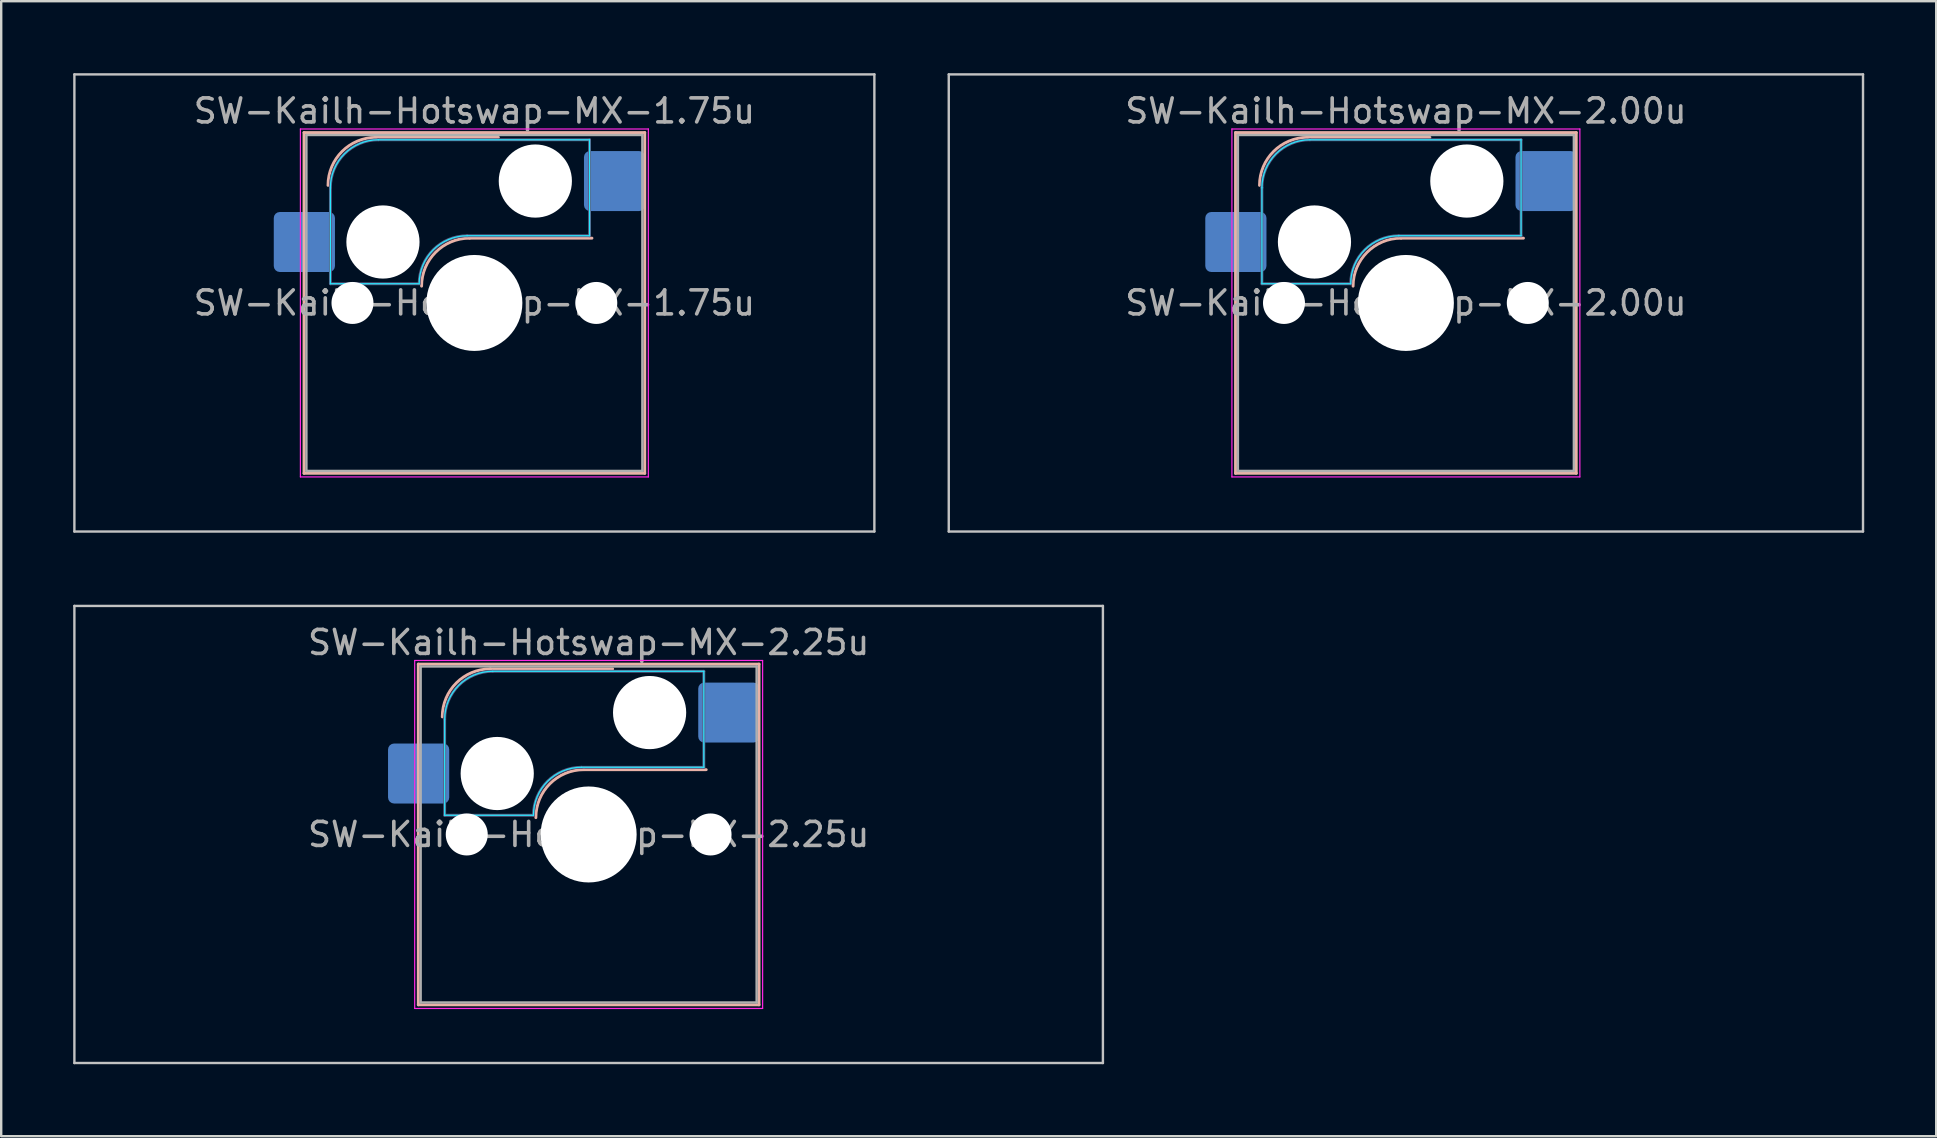
<source format=kicad_pcb>
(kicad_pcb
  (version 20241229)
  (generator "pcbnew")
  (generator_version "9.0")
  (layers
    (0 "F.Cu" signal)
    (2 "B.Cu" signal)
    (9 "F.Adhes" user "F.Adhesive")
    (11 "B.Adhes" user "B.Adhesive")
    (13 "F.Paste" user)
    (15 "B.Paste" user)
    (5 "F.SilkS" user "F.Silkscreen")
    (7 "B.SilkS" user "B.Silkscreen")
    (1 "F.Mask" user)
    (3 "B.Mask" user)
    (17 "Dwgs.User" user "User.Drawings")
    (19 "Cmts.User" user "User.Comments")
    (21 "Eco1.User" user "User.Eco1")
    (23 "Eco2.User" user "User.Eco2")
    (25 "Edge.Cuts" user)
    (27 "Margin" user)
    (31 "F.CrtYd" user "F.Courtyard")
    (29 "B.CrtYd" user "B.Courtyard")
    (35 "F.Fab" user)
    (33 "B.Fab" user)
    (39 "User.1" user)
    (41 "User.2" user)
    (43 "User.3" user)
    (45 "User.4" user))
  (footprint "SW-Kailh-Hotswap-MX-1.75u"
    (layer "F.Cu")
    (at 16.719 9.575)
    (property "Reference" "SW-Kailh-Hotswap-MX-1.75u" (at 0 -8 0) (layer "F.Fab") (effects (font (size 1 1) (thickness 0.15))))
    (attr smd)
    (fp_line (start -7.1 -7.1) (end -7.1 7.1) (stroke (width 0.12) (type solid)) (layer "B.SilkS"))
    (fp_line (start -7.1 7.1) (end 7.1 7.1) (stroke (width 0.12) (type solid)) (layer "B.SilkS"))
    (fp_line (start -4.1 -6.9) (end 1 -6.9) (stroke (width 0.12) (type solid)) (layer "B.SilkS"))
    (fp_line (start -0.2 -2.7) (end 4.9 -2.7) (stroke (width 0.12) (type solid)) (layer "B.SilkS"))
    (fp_line (start 7.1 -7.1) (end -7.1 -7.1) (stroke (width 0.12) (type solid)) (layer "B.SilkS"))
    (fp_line (start 7.1 7.1) (end 7.1 -7.1) (stroke (width 0.12) (type solid)) (layer "B.SilkS"))
    (fp_arc (start -6.1 -4.9) (mid -5.514214 -6.314214) (end -4.1 -6.9) (stroke (width 0.12) (type solid)) (layer "B.SilkS"))
    (fp_arc (start -2.2 -0.7) (mid -1.614214 -2.114214) (end -0.2 -2.7) (stroke (width 0.12) (type solid)) (layer "B.SilkS"))
    (fp_line (start -16.669 -9.525) (end -16.669 9.525) (stroke (width 0.1) (type solid)) (layer "Dwgs.User"))
    (fp_line (start -16.669 9.525) (end 16.669 9.525) (stroke (width 0.1) (type solid)) (layer "Dwgs.User"))
    (fp_line (start 16.669 -9.525) (end -16.669 -9.525) (stroke (width 0.1) (type solid)) (layer "Dwgs.User"))
    (fp_line (start 16.669 9.525) (end 16.669 -9.525) (stroke (width 0.1) (type solid)) (layer "Dwgs.User"))
    (fp_line (start -7.8 -6) (end -7 -6) (stroke (width 0.1) (type solid)) (layer "Eco1.User"))
    (fp_line (start -7.8 -2.9) (end -7.8 -6) (stroke (width 0.1) (type solid)) (layer "Eco1.User"))
    (fp_line (start -7.8 2.9) (end -7 2.9) (stroke (width 0.1) (type solid)) (layer "Eco1.User"))
    (fp_line (start -7.8 6) (end -7.8 2.9) (stroke (width 0.1) (type solid)) (layer "Eco1.User"))
    (fp_line (start -7 -7) (end 7 -7) (stroke (width 0.1) (type solid)) (layer "Eco1.User"))
    (fp_line (start -7 -6) (end -7 -7) (stroke (width 0.1) (type solid)) (layer "Eco1.User"))
    (fp_line (start -7 -2.9) (end -7.8 -2.9) (stroke (width 0.1) (type solid)) (layer "Eco1.User"))
    (fp_line (start -7 2.9) (end -7 -2.9) (stroke (width 0.1) (type solid)) (layer "Eco1.User"))
    (fp_line (start -7 6) (end -7.8 6) (stroke (width 0.1) (type solid)) (layer "Eco1.User"))
    (fp_line (start -7 7) (end -7 6) (stroke (width 0.1) (type solid)) (layer "Eco1.User"))
    (fp_line (start 7 -7) (end 7 -6) (stroke (width 0.1) (type solid)) (layer "Eco1.User"))
    (fp_line (start 7 -6) (end 7.8 -6) (stroke (width 0.1) (type solid)) (layer "Eco1.User"))
    (fp_line (start 7 -2.9) (end 7 2.9) (stroke (width 0.1) (type solid)) (layer "Eco1.User"))
    (fp_line (start 7 2.9) (end 7.8 2.9) (stroke (width 0.1) (type solid)) (layer "Eco1.User"))
    (fp_line (start 7 6) (end 7 7) (stroke (width 0.1) (type solid)) (layer "Eco1.User"))
    (fp_line (start 7 7) (end -7 7) (stroke (width 0.1) (type solid)) (layer "Eco1.User"))
    (fp_line (start 7.8 -6) (end 7.8 -2.9) (stroke (width 0.1) (type solid)) (layer "Eco1.User"))
    (fp_line (start 7.8 -2.9) (end 7 -2.9) (stroke (width 0.1) (type solid)) (layer "Eco1.User"))
    (fp_line (start 7.8 2.9) (end 7.8 6) (stroke (width 0.1) (type solid)) (layer "Eco1.User"))
    (fp_line (start 7.8 6) (end 7 6) (stroke (width 0.1) (type solid)) (layer "Eco1.User"))
    (fp_line (start -6 -0.8) (end -6 -4.8) (stroke (width 0.05) (type solid)) (layer "B.CrtYd"))
    (fp_line (start -6 -0.8) (end -2.3 -0.8) (stroke (width 0.05) (type solid)) (layer "B.CrtYd"))
    (fp_line (start -4 -6.8) (end 4.8 -6.8) (stroke (width 0.05) (type solid)) (layer "B.CrtYd"))
    (fp_line (start -0.3 -2.8) (end 4.8 -2.8) (stroke (width 0.05) (type solid)) (layer "B.CrtYd"))
    (fp_line (start 4.8 -6.8) (end 4.8 -2.8) (stroke (width 0.05) (type solid)) (layer "B.CrtYd"))
    (fp_arc (start -6 -4.8) (mid -5.414214 -6.214214) (end -4 -6.8) (stroke (width 0.05) (type solid)) (layer "B.CrtYd"))
    (fp_arc (start -2.3 -0.8) (mid -1.714214 -2.214214) (end -0.3 -2.8) (stroke (width 0.05) (type solid)) (layer "B.CrtYd"))
    (fp_line (start -7.25 -7.25) (end -7.25 7.25) (stroke (width 0.05) (type solid)) (layer "F.CrtYd"))
    (fp_line (start -7.25 7.25) (end 7.25 7.25) (stroke (width 0.05) (type solid)) (layer "F.CrtYd"))
    (fp_line (start 7.25 -7.25) (end -7.25 -7.25) (stroke (width 0.05) (type solid)) (layer "F.CrtYd"))
    (fp_line (start 7.25 7.25) (end 7.25 -7.25) (stroke (width 0.05) (type solid)) (layer "F.CrtYd"))
    (fp_line (start -6 -0.8) (end -6 -4.8) (stroke (width 0.12) (type solid)) (layer "B.Fab"))
    (fp_line (start -6 -0.8) (end -2.3 -0.8) (stroke (width 0.12) (type solid)) (layer "B.Fab"))
    (fp_line (start -4 -6.8) (end 4.8 -6.8) (stroke (width 0.12) (type solid)) (layer "B.Fab"))
    (fp_line (start -0.3 -2.8) (end 4.8 -2.8) (stroke (width 0.12) (type solid)) (layer "B.Fab"))
    (fp_line (start 4.8 -6.8) (end 4.8 -2.8) (stroke (width 0.12) (type solid)) (layer "B.Fab"))
    (fp_arc (start -6 -4.8) (mid -5.414214 -6.214214) (end -4 -6.8) (stroke (width 0.12) (type solid)) (layer "B.Fab"))
    (fp_arc (start -2.3 -0.8) (mid -1.714214 -2.214214) (end -0.3 -2.8) (stroke (width 0.12) (type solid)) (layer "B.Fab"))
    (fp_line (start -7 -7) (end -7 7) (stroke (width 0.1) (type solid)) (layer "F.Fab"))
    (fp_line (start -7 7) (end 7 7) (stroke (width 0.1) (type solid)) (layer "F.Fab"))
    (fp_line (start 7 -7) (end -7 -7) (stroke (width 0.1) (type solid)) (layer "F.Fab"))
    (fp_line (start 7 7) (end 7 -7) (stroke (width 0.1) (type solid)) (layer "F.Fab"))
    (fp_text user "${REFERENCE}" (at 0 0 0) (layer "F.Fab") (effects (font (size 1 1) (thickness 0.15))))
    (pad "" np_thru_hole circle (at -5.08 0) (size 1.75 1.75) (drill 1.75) (layers "*.Cu" "*.Mask"))
    (pad "" np_thru_hole circle (at -3.81 -2.54) (size 3.05 3.05) (drill 3.05) (layers "*.Cu" "*.Mask"))
    (pad "" np_thru_hole circle (at 0 0) (size 4 4) (drill 4) (layers "*.Cu" "*.Mask"))
    (pad "" np_thru_hole circle (at 2.54 -5.08) (size 3.05 3.05) (drill 3.05) (layers "*.Cu" "*.Mask"))
    (pad "" np_thru_hole circle (at 5.08 0) (size 1.75 1.75) (drill 1.75) (layers "*.Cu" "*.Mask"))
    (pad "1" smd roundrect (at -7.085 -2.54) (size 2.55 2.5) (layers "B.Cu" "B.Mask" "B.Paste") (roundrect_rratio 0.1))
    (pad "2" smd roundrect (at 5.842 -5.08) (size 2.55 2.5) (layers "B.Cu" "B.Mask" "B.Paste") (roundrect_rratio 0.1)))
  (footprint "SW-Kailh-Hotswap-MX-2.00u"
    (layer "F.Cu")
    (at 55.538 9.575)
    (property "Reference" "SW-Kailh-Hotswap-MX-2.00u" (at 0 -8 0) (layer "F.Fab") (effects (font (size 1 1) (thickness 0.15))))
    (attr smd)
    (fp_line (start -7.1 -7.1) (end -7.1 7.1) (stroke (width 0.12) (type solid)) (layer "B.SilkS"))
    (fp_line (start -7.1 7.1) (end 7.1 7.1) (stroke (width 0.12) (type solid)) (layer "B.SilkS"))
    (fp_line (start -4.1 -6.9) (end 1 -6.9) (stroke (width 0.12) (type solid)) (layer "B.SilkS"))
    (fp_line (start -0.2 -2.7) (end 4.9 -2.7) (stroke (width 0.12) (type solid)) (layer "B.SilkS"))
    (fp_line (start 7.1 -7.1) (end -7.1 -7.1) (stroke (width 0.12) (type solid)) (layer "B.SilkS"))
    (fp_line (start 7.1 7.1) (end 7.1 -7.1) (stroke (width 0.12) (type solid)) (layer "B.SilkS"))
    (fp_arc (start -6.1 -4.9) (mid -5.514214 -6.314214) (end -4.1 -6.9) (stroke (width 0.12) (type solid)) (layer "B.SilkS"))
    (fp_arc (start -2.2 -0.7) (mid -1.614214 -2.114214) (end -0.2 -2.7) (stroke (width 0.12) (type solid)) (layer "B.SilkS"))
    (fp_line (start -19.05 -9.525) (end -19.05 9.525) (stroke (width 0.1) (type solid)) (layer "Dwgs.User"))
    (fp_line (start -19.05 9.525) (end 19.05 9.525) (stroke (width 0.1) (type solid)) (layer "Dwgs.User"))
    (fp_line (start 19.05 -9.525) (end -19.05 -9.525) (stroke (width 0.1) (type solid)) (layer "Dwgs.User"))
    (fp_line (start 19.05 9.525) (end 19.05 -9.525) (stroke (width 0.1) (type solid)) (layer "Dwgs.User"))
    (fp_line (start -7.8 -6) (end -7 -6) (stroke (width 0.1) (type solid)) (layer "Eco1.User"))
    (fp_line (start -7.8 -2.9) (end -7.8 -6) (stroke (width 0.1) (type solid)) (layer "Eco1.User"))
    (fp_line (start -7.8 2.9) (end -7 2.9) (stroke (width 0.1) (type solid)) (layer "Eco1.User"))
    (fp_line (start -7.8 6) (end -7.8 2.9) (stroke (width 0.1) (type solid)) (layer "Eco1.User"))
    (fp_line (start -7 -7) (end 7 -7) (stroke (width 0.1) (type solid)) (layer "Eco1.User"))
    (fp_line (start -7 -6) (end -7 -7) (stroke (width 0.1) (type solid)) (layer "Eco1.User"))
    (fp_line (start -7 -2.9) (end -7.8 -2.9) (stroke (width 0.1) (type solid)) (layer "Eco1.User"))
    (fp_line (start -7 2.9) (end -7 -2.9) (stroke (width 0.1) (type solid)) (layer "Eco1.User"))
    (fp_line (start -7 6) (end -7.8 6) (stroke (width 0.1) (type solid)) (layer "Eco1.User"))
    (fp_line (start -7 7) (end -7 6) (stroke (width 0.1) (type solid)) (layer "Eco1.User"))
    (fp_line (start 7 -7) (end 7 -6) (stroke (width 0.1) (type solid)) (layer "Eco1.User"))
    (fp_line (start 7 -6) (end 7.8 -6) (stroke (width 0.1) (type solid)) (layer "Eco1.User"))
    (fp_line (start 7 -2.9) (end 7 2.9) (stroke (width 0.1) (type solid)) (layer "Eco1.User"))
    (fp_line (start 7 2.9) (end 7.8 2.9) (stroke (width 0.1) (type solid)) (layer "Eco1.User"))
    (fp_line (start 7 6) (end 7 7) (stroke (width 0.1) (type solid)) (layer "Eco1.User"))
    (fp_line (start 7 7) (end -7 7) (stroke (width 0.1) (type solid)) (layer "Eco1.User"))
    (fp_line (start 7.8 -6) (end 7.8 -2.9) (stroke (width 0.1) (type solid)) (layer "Eco1.User"))
    (fp_line (start 7.8 -2.9) (end 7 -2.9) (stroke (width 0.1) (type solid)) (layer "Eco1.User"))
    (fp_line (start 7.8 2.9) (end 7.8 6) (stroke (width 0.1) (type solid)) (layer "Eco1.User"))
    (fp_line (start 7.8 6) (end 7 6) (stroke (width 0.1) (type solid)) (layer "Eco1.User"))
    (fp_line (start -6 -0.8) (end -6 -4.8) (stroke (width 0.05) (type solid)) (layer "B.CrtYd"))
    (fp_line (start -6 -0.8) (end -2.3 -0.8) (stroke (width 0.05) (type solid)) (layer "B.CrtYd"))
    (fp_line (start -4 -6.8) (end 4.8 -6.8) (stroke (width 0.05) (type solid)) (layer "B.CrtYd"))
    (fp_line (start -0.3 -2.8) (end 4.8 -2.8) (stroke (width 0.05) (type solid)) (layer "B.CrtYd"))
    (fp_line (start 4.8 -6.8) (end 4.8 -2.8) (stroke (width 0.05) (type solid)) (layer "B.CrtYd"))
    (fp_arc (start -6 -4.8) (mid -5.414214 -6.214214) (end -4 -6.8) (stroke (width 0.05) (type solid)) (layer "B.CrtYd"))
    (fp_arc (start -2.3 -0.8) (mid -1.714214 -2.214214) (end -0.3 -2.8) (stroke (width 0.05) (type solid)) (layer "B.CrtYd"))
    (fp_line (start -7.25 -7.25) (end -7.25 7.25) (stroke (width 0.05) (type solid)) (layer "F.CrtYd"))
    (fp_line (start -7.25 7.25) (end 7.25 7.25) (stroke (width 0.05) (type solid)) (layer "F.CrtYd"))
    (fp_line (start 7.25 -7.25) (end -7.25 -7.25) (stroke (width 0.05) (type solid)) (layer "F.CrtYd"))
    (fp_line (start 7.25 7.25) (end 7.25 -7.25) (stroke (width 0.05) (type solid)) (layer "F.CrtYd"))
    (fp_line (start -6 -0.8) (end -6 -4.8) (stroke (width 0.12) (type solid)) (layer "B.Fab"))
    (fp_line (start -6 -0.8) (end -2.3 -0.8) (stroke (width 0.12) (type solid)) (layer "B.Fab"))
    (fp_line (start -4 -6.8) (end 4.8 -6.8) (stroke (width 0.12) (type solid)) (layer "B.Fab"))
    (fp_line (start -0.3 -2.8) (end 4.8 -2.8) (stroke (width 0.12) (type solid)) (layer "B.Fab"))
    (fp_line (start 4.8 -6.8) (end 4.8 -2.8) (stroke (width 0.12) (type solid)) (layer "B.Fab"))
    (fp_arc (start -6 -4.8) (mid -5.414214 -6.214214) (end -4 -6.8) (stroke (width 0.12) (type solid)) (layer "B.Fab"))
    (fp_arc (start -2.3 -0.8) (mid -1.714214 -2.214214) (end -0.3 -2.8) (stroke (width 0.12) (type solid)) (layer "B.Fab"))
    (fp_line (start -7 -7) (end -7 7) (stroke (width 0.1) (type solid)) (layer "F.Fab"))
    (fp_line (start -7 7) (end 7 7) (stroke (width 0.1) (type solid)) (layer "F.Fab"))
    (fp_line (start 7 -7) (end -7 -7) (stroke (width 0.1) (type solid)) (layer "F.Fab"))
    (fp_line (start 7 7) (end 7 -7) (stroke (width 0.1) (type solid)) (layer "F.Fab"))
    (fp_text user "${REFERENCE}" (at 0 0 0) (layer "F.Fab") (effects (font (size 1 1) (thickness 0.15))))
    (pad "" np_thru_hole circle (at -5.08 0) (size 1.75 1.75) (drill 1.75) (layers "*.Cu" "*.Mask"))
    (pad "" np_thru_hole circle (at -3.81 -2.54) (size 3.05 3.05) (drill 3.05) (layers "*.Cu" "*.Mask"))
    (pad "" np_thru_hole circle (at 0 0) (size 4 4) (drill 4) (layers "*.Cu" "*.Mask"))
    (pad "" np_thru_hole circle (at 2.54 -5.08) (size 3.05 3.05) (drill 3.05) (layers "*.Cu" "*.Mask"))
    (pad "" np_thru_hole circle (at 5.08 0) (size 1.75 1.75) (drill 1.75) (layers "*.Cu" "*.Mask"))
    (pad "1" smd roundrect (at -7.085 -2.54) (size 2.55 2.5) (layers "B.Cu" "B.Mask" "B.Paste") (roundrect_rratio 0.1))
    (pad "2" smd roundrect (at 5.842 -5.08) (size 2.55 2.5) (layers "B.Cu" "B.Mask" "B.Paste") (roundrect_rratio 0.1)))
  (footprint "SW-Kailh-Hotswap-MX-2.25u"
    (layer "F.Cu")
    (at 21.481 31.725)
    (property "Reference" "SW-Kailh-Hotswap-MX-2.25u" (at 0 -8 0) (layer "F.Fab") (effects (font (size 1 1) (thickness 0.15))))
    (attr smd)
    (fp_line (start -7.1 -7.1) (end -7.1 7.1) (stroke (width 0.12) (type solid)) (layer "B.SilkS"))
    (fp_line (start -7.1 7.1) (end 7.1 7.1) (stroke (width 0.12) (type solid)) (layer "B.SilkS"))
    (fp_line (start -4.1 -6.9) (end 1 -6.9) (stroke (width 0.12) (type solid)) (layer "B.SilkS"))
    (fp_line (start -0.2 -2.7) (end 4.9 -2.7) (stroke (width 0.12) (type solid)) (layer "B.SilkS"))
    (fp_line (start 7.1 -7.1) (end -7.1 -7.1) (stroke (width 0.12) (type solid)) (layer "B.SilkS"))
    (fp_line (start 7.1 7.1) (end 7.1 -7.1) (stroke (width 0.12) (type solid)) (layer "B.SilkS"))
    (fp_arc (start -6.1 -4.9) (mid -5.514214 -6.314214) (end -4.1 -6.9) (stroke (width 0.12) (type solid)) (layer "B.SilkS"))
    (fp_arc (start -2.2 -0.7) (mid -1.614214 -2.114214) (end -0.2 -2.7) (stroke (width 0.12) (type solid)) (layer "B.SilkS"))
    (fp_line (start -21.431 -9.525) (end -21.431 9.525) (stroke (width 0.1) (type solid)) (layer "Dwgs.User"))
    (fp_line (start -21.431 9.525) (end 21.431 9.525) (stroke (width 0.1) (type solid)) (layer "Dwgs.User"))
    (fp_line (start 21.431 -9.525) (end -21.431 -9.525) (stroke (width 0.1) (type solid)) (layer "Dwgs.User"))
    (fp_line (start 21.431 9.525) (end 21.431 -9.525) (stroke (width 0.1) (type solid)) (layer "Dwgs.User"))
    (fp_line (start -7.8 -6) (end -7 -6) (stroke (width 0.1) (type solid)) (layer "Eco1.User"))
    (fp_line (start -7.8 -2.9) (end -7.8 -6) (stroke (width 0.1) (type solid)) (layer "Eco1.User"))
    (fp_line (start -7.8 2.9) (end -7 2.9) (stroke (width 0.1) (type solid)) (layer "Eco1.User"))
    (fp_line (start -7.8 6) (end -7.8 2.9) (stroke (width 0.1) (type solid)) (layer "Eco1.User"))
    (fp_line (start -7 -7) (end 7 -7) (stroke (width 0.1) (type solid)) (layer "Eco1.User"))
    (fp_line (start -7 -6) (end -7 -7) (stroke (width 0.1) (type solid)) (layer "Eco1.User"))
    (fp_line (start -7 -2.9) (end -7.8 -2.9) (stroke (width 0.1) (type solid)) (layer "Eco1.User"))
    (fp_line (start -7 2.9) (end -7 -2.9) (stroke (width 0.1) (type solid)) (layer "Eco1.User"))
    (fp_line (start -7 6) (end -7.8 6) (stroke (width 0.1) (type solid)) (layer "Eco1.User"))
    (fp_line (start -7 7) (end -7 6) (stroke (width 0.1) (type solid)) (layer "Eco1.User"))
    (fp_line (start 7 -7) (end 7 -6) (stroke (width 0.1) (type solid)) (layer "Eco1.User"))
    (fp_line (start 7 -6) (end 7.8 -6) (stroke (width 0.1) (type solid)) (layer "Eco1.User"))
    (fp_line (start 7 -2.9) (end 7 2.9) (stroke (width 0.1) (type solid)) (layer "Eco1.User"))
    (fp_line (start 7 2.9) (end 7.8 2.9) (stroke (width 0.1) (type solid)) (layer "Eco1.User"))
    (fp_line (start 7 6) (end 7 7) (stroke (width 0.1) (type solid)) (layer "Eco1.User"))
    (fp_line (start 7 7) (end -7 7) (stroke (width 0.1) (type solid)) (layer "Eco1.User"))
    (fp_line (start 7.8 -6) (end 7.8 -2.9) (stroke (width 0.1) (type solid)) (layer "Eco1.User"))
    (fp_line (start 7.8 -2.9) (end 7 -2.9) (stroke (width 0.1) (type solid)) (layer "Eco1.User"))
    (fp_line (start 7.8 2.9) (end 7.8 6) (stroke (width 0.1) (type solid)) (layer "Eco1.User"))
    (fp_line (start 7.8 6) (end 7 6) (stroke (width 0.1) (type solid)) (layer "Eco1.User"))
    (fp_line (start -6 -0.8) (end -6 -4.8) (stroke (width 0.05) (type solid)) (layer "B.CrtYd"))
    (fp_line (start -6 -0.8) (end -2.3 -0.8) (stroke (width 0.05) (type solid)) (layer "B.CrtYd"))
    (fp_line (start -4 -6.8) (end 4.8 -6.8) (stroke (width 0.05) (type solid)) (layer "B.CrtYd"))
    (fp_line (start -0.3 -2.8) (end 4.8 -2.8) (stroke (width 0.05) (type solid)) (layer "B.CrtYd"))
    (fp_line (start 4.8 -6.8) (end 4.8 -2.8) (stroke (width 0.05) (type solid)) (layer "B.CrtYd"))
    (fp_arc (start -6 -4.8) (mid -5.414214 -6.214214) (end -4 -6.8) (stroke (width 0.05) (type solid)) (layer "B.CrtYd"))
    (fp_arc (start -2.3 -0.8) (mid -1.714214 -2.214214) (end -0.3 -2.8) (stroke (width 0.05) (type solid)) (layer "B.CrtYd"))
    (fp_line (start -7.25 -7.25) (end -7.25 7.25) (stroke (width 0.05) (type solid)) (layer "F.CrtYd"))
    (fp_line (start -7.25 7.25) (end 7.25 7.25) (stroke (width 0.05) (type solid)) (layer "F.CrtYd"))
    (fp_line (start 7.25 -7.25) (end -7.25 -7.25) (stroke (width 0.05) (type solid)) (layer "F.CrtYd"))
    (fp_line (start 7.25 7.25) (end 7.25 -7.25) (stroke (width 0.05) (type solid)) (layer "F.CrtYd"))
    (fp_line (start -6 -0.8) (end -6 -4.8) (stroke (width 0.12) (type solid)) (layer "B.Fab"))
    (fp_line (start -6 -0.8) (end -2.3 -0.8) (stroke (width 0.12) (type solid)) (layer "B.Fab"))
    (fp_line (start -4 -6.8) (end 4.8 -6.8) (stroke (width 0.12) (type solid)) (layer "B.Fab"))
    (fp_line (start -0.3 -2.8) (end 4.8 -2.8) (stroke (width 0.12) (type solid)) (layer "B.Fab"))
    (fp_line (start 4.8 -6.8) (end 4.8 -2.8) (stroke (width 0.12) (type solid)) (layer "B.Fab"))
    (fp_arc (start -6 -4.8) (mid -5.414214 -6.214214) (end -4 -6.8) (stroke (width 0.12) (type solid)) (layer "B.Fab"))
    (fp_arc (start -2.3 -0.8) (mid -1.714214 -2.214214) (end -0.3 -2.8) (stroke (width 0.12) (type solid)) (layer "B.Fab"))
    (fp_line (start -7 -7) (end -7 7) (stroke (width 0.1) (type solid)) (layer "F.Fab"))
    (fp_line (start -7 7) (end 7 7) (stroke (width 0.1) (type solid)) (layer "F.Fab"))
    (fp_line (start 7 -7) (end -7 -7) (stroke (width 0.1) (type solid)) (layer "F.Fab"))
    (fp_line (start 7 7) (end 7 -7) (stroke (width 0.1) (type solid)) (layer "F.Fab"))
    (fp_text user "${REFERENCE}" (at 0 0 0) (layer "F.Fab") (effects (font (size 1 1) (thickness 0.15))))
    (pad "" np_thru_hole circle (at -5.08 0) (size 1.75 1.75) (drill 1.75) (layers "*.Cu" "*.Mask"))
    (pad "" np_thru_hole circle (at -3.81 -2.54) (size 3.05 3.05) (drill 3.05) (layers "*.Cu" "*.Mask"))
    (pad "" np_thru_hole circle (at 0 0) (size 4 4) (drill 4) (layers "*.Cu" "*.Mask"))
    (pad "" np_thru_hole circle (at 2.54 -5.08) (size 3.05 3.05) (drill 3.05) (layers "*.Cu" "*.Mask"))
    (pad "" np_thru_hole circle (at 5.08 0) (size 1.75 1.75) (drill 1.75) (layers "*.Cu" "*.Mask"))
    (pad "1" smd roundrect (at -7.085 -2.54) (size 2.55 2.5) (layers "B.Cu" "B.Mask" "B.Paste") (roundrect_rratio 0.1))
    (pad "2" smd roundrect (at 5.842 -5.08) (size 2.55 2.5) (layers "B.Cu" "B.Mask" "B.Paste") (roundrect_rratio 0.1)))
  (gr_rect
    (start -3 -3)
    (end 77.638 44.3)
    (stroke (width 0.1) (type default))
    (fill no)
    (layer "Edge.Cuts")))
</source>
